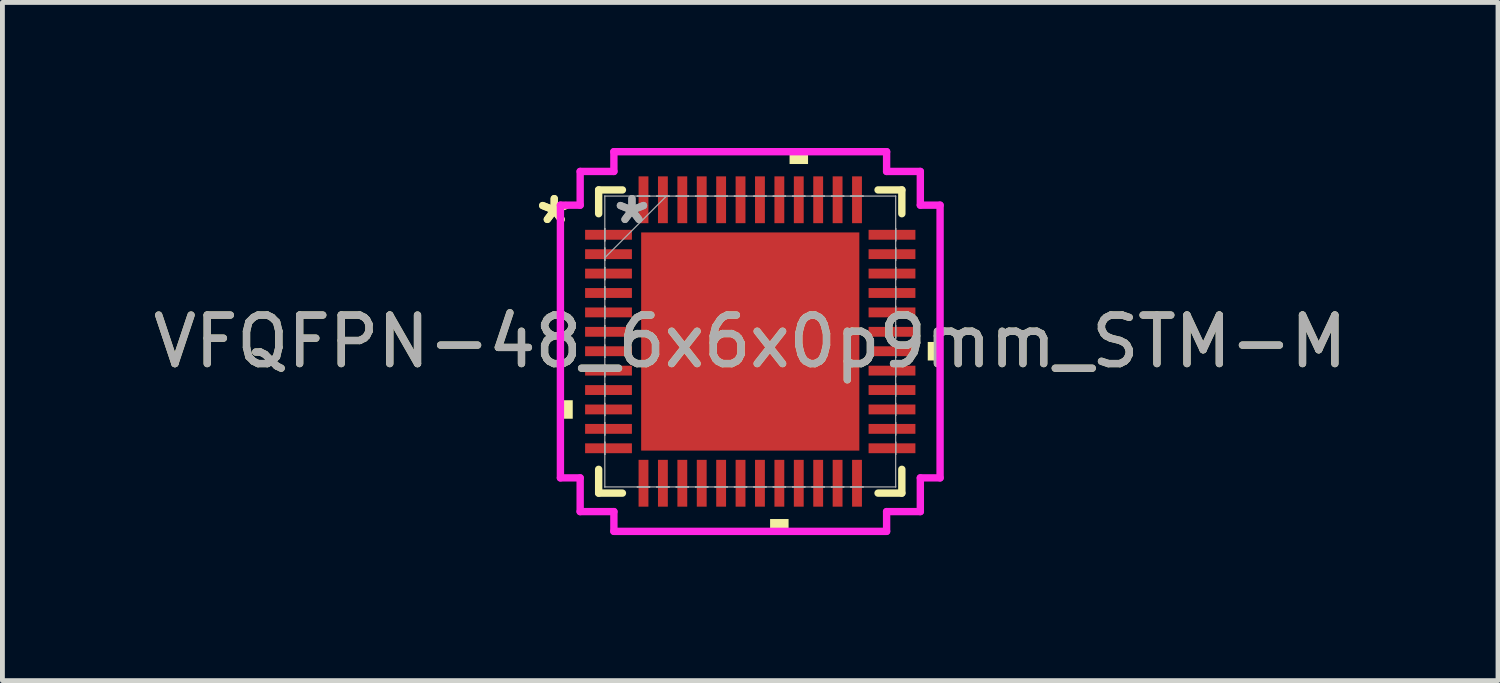
<source format=kicad_pcb>
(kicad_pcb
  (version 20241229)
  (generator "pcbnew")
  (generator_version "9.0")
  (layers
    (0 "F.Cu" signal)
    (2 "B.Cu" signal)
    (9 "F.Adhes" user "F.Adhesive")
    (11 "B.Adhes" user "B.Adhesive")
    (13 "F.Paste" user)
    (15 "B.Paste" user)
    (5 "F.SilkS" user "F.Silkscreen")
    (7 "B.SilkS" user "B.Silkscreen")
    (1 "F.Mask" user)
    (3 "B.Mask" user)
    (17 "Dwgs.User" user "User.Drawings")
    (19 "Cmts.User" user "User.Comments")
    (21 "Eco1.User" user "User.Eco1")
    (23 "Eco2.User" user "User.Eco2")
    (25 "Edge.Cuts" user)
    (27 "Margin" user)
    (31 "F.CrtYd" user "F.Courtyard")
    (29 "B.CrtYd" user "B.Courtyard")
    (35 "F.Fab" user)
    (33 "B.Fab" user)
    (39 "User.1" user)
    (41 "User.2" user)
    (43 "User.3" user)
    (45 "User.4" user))
  (footprint "VFQFPN-48_6x6x0p9mm_STM-M"
    (layer "F.Cu")
    (at 12.411 3.988)
    (property "Reference" "VFQFPN-48_6x6x0p9mm_STM-M" (at 0 0 0) (unlocked yes) (layer "F.SilkS") (effects (font (size 1 1) (thickness 0.15))))
    (attr smd)
    (fp_line (start -3.124 -3.124) (end -3.124 -2.634) (stroke (width 0.152) (type solid)) (layer "F.SilkS"))
    (fp_line (start -3.124 2.634) (end -3.124 3.124) (stroke (width 0.152) (type solid)) (layer "F.SilkS"))
    (fp_line (start -3.124 3.124) (end -2.634 3.124) (stroke (width 0.152) (type solid)) (layer "F.SilkS"))
    (fp_line (start -2.634 -3.124) (end -3.124 -3.124) (stroke (width 0.152) (type solid)) (layer "F.SilkS"))
    (fp_line (start 2.634 3.124) (end 3.124 3.124) (stroke (width 0.152) (type solid)) (layer "F.SilkS"))
    (fp_line (start 3.124 -3.124) (end 2.634 -3.124) (stroke (width 0.152) (type solid)) (layer "F.SilkS"))
    (fp_line (start 3.124 -2.634) (end 3.124 -3.124) (stroke (width 0.152) (type solid)) (layer "F.SilkS"))
    (fp_line (start 3.124 3.124) (end 3.124 2.634) (stroke (width 0.152) (type solid)) (layer "F.SilkS"))
    (fp_poly (pts (xy -3.912 1.21) (xy -3.912 1.591) (xy -3.658 1.591) (xy -3.658 1.21)) (stroke (width 0) (type solid)) (fill yes) (layer "F.SilkS"))
    (fp_poly (pts (xy 0.409 3.658) (xy 0.409 3.912) (xy 0.79 3.912) (xy 0.79 3.658)) (stroke (width 0) (type solid)) (fill yes) (layer "F.SilkS"))
    (fp_poly (pts (xy 0.81 -3.658) (xy 0.81 -3.912) (xy 1.191 -3.912) (xy 1.191 -3.658)) (stroke (width 0) (type solid)) (fill yes) (layer "F.SilkS"))
    (fp_poly (pts (xy 3.912 0.009) (xy 3.912 0.391) (xy 3.658 0.391) (xy 3.658 0.009)) (stroke (width 0) (type solid)) (fill yes) (layer "F.SilkS"))
    (fp_poly (pts (xy -2.148 -2.148) (xy -2.148 -0.849) (xy -0.849 -0.849) (xy -0.849 -2.148)) (stroke (width 0) (type solid)) (fill yes) (layer "F.Paste"))
    (fp_poly (pts (xy -2.148 -0.649) (xy -2.148 0.649) (xy -0.849 0.649) (xy -0.849 -0.649)) (stroke (width 0) (type solid)) (fill yes) (layer "F.Paste"))
    (fp_poly (pts (xy -2.148 0.849) (xy -2.148 2.148) (xy -0.849 2.148) (xy -0.849 0.849)) (stroke (width 0) (type solid)) (fill yes) (layer "F.Paste"))
    (fp_poly (pts (xy -0.649 -2.148) (xy -0.649 -0.849) (xy 0.649 -0.849) (xy 0.649 -2.148)) (stroke (width 0) (type solid)) (fill yes) (layer "F.Paste"))
    (fp_poly (pts (xy -0.649 -0.649) (xy -0.649 0.649) (xy 0.649 0.649) (xy 0.649 -0.649)) (stroke (width 0) (type solid)) (fill yes) (layer "F.Paste"))
    (fp_poly (pts (xy -0.649 0.849) (xy -0.649 2.148) (xy 0.649 2.148) (xy 0.649 0.849)) (stroke (width 0) (type solid)) (fill yes) (layer "F.Paste"))
    (fp_poly (pts (xy 0.849 -2.148) (xy 0.849 -0.849) (xy 2.148 -0.849) (xy 2.148 -2.148)) (stroke (width 0) (type solid)) (fill yes) (layer "F.Paste"))
    (fp_poly (pts (xy 0.849 -0.649) (xy 0.849 0.649) (xy 2.148 0.649) (xy 2.148 -0.649)) (stroke (width 0) (type solid)) (fill yes) (layer "F.Paste"))
    (fp_poly (pts (xy 0.849 0.849) (xy 0.849 2.148) (xy 2.148 2.148) (xy 2.148 0.849)) (stroke (width 0) (type solid)) (fill yes) (layer "F.Paste"))
    (fp_line (start -3.912 -2.81) (end -3.505 -2.81) (stroke (width 0.152) (type solid)) (layer "F.CrtYd"))
    (fp_line (start -3.912 2.81) (end -3.912 -2.81) (stroke (width 0.152) (type solid)) (layer "F.CrtYd"))
    (fp_line (start -3.505 -3.505) (end -2.81 -3.505) (stroke (width 0.152) (type solid)) (layer "F.CrtYd"))
    (fp_line (start -3.505 -2.81) (end -3.505 -3.505) (stroke (width 0.152) (type solid)) (layer "F.CrtYd"))
    (fp_line (start -3.505 2.81) (end -3.912 2.81) (stroke (width 0.152) (type solid)) (layer "F.CrtYd"))
    (fp_line (start -3.505 3.505) (end -3.505 2.81) (stroke (width 0.152) (type solid)) (layer "F.CrtYd"))
    (fp_line (start -2.81 -3.912) (end 2.81 -3.912) (stroke (width 0.152) (type solid)) (layer "F.CrtYd"))
    (fp_line (start -2.81 -3.505) (end -2.81 -3.912) (stroke (width 0.152) (type solid)) (layer "F.CrtYd"))
    (fp_line (start -2.81 3.505) (end -3.505 3.505) (stroke (width 0.152) (type solid)) (layer "F.CrtYd"))
    (fp_line (start -2.81 3.912) (end -2.81 3.505) (stroke (width 0.152) (type solid)) (layer "F.CrtYd"))
    (fp_line (start 2.81 -3.912) (end 2.81 -3.505) (stroke (width 0.152) (type solid)) (layer "F.CrtYd"))
    (fp_line (start 2.81 -3.505) (end 3.505 -3.505) (stroke (width 0.152) (type solid)) (layer "F.CrtYd"))
    (fp_line (start 2.81 3.505) (end 2.81 3.912) (stroke (width 0.152) (type solid)) (layer "F.CrtYd"))
    (fp_line (start 2.81 3.912) (end -2.81 3.912) (stroke (width 0.152) (type solid)) (layer "F.CrtYd"))
    (fp_line (start 3.505 -3.505) (end 3.505 -2.81) (stroke (width 0.152) (type solid)) (layer "F.CrtYd"))
    (fp_line (start 3.505 -2.81) (end 3.912 -2.81) (stroke (width 0.152) (type solid)) (layer "F.CrtYd"))
    (fp_line (start 3.505 2.81) (end 3.505 3.505) (stroke (width 0.152) (type solid)) (layer "F.CrtYd"))
    (fp_line (start 3.505 3.505) (end 2.81 3.505) (stroke (width 0.152) (type solid)) (layer "F.CrtYd"))
    (fp_line (start 3.912 -2.81) (end 3.912 2.81) (stroke (width 0.152) (type solid)) (layer "F.CrtYd"))
    (fp_line (start 3.912 2.81) (end 3.505 2.81) (stroke (width 0.152) (type solid)) (layer "F.CrtYd"))
    (fp_line (start -2.997 -2.997) (end -2.997 -2.997) (stroke (width 0.025) (type solid)) (layer "F.Fab"))
    (fp_line (start -2.997 -2.997) (end -2.997 2.997) (stroke (width 0.025) (type solid)) (layer "F.Fab"))
    (fp_line (start -2.997 -2.327) (end -2.997 -2.327) (stroke (width 0.025) (type solid)) (layer "F.Fab"))
    (fp_line (start -2.997 -2.327) (end -2.997 -2.073) (stroke (width 0.025) (type solid)) (layer "F.Fab"))
    (fp_line (start -2.997 -2.073) (end -2.997 -2.327) (stroke (width 0.025) (type solid)) (layer "F.Fab"))
    (fp_line (start -2.997 -2.073) (end -2.997 -2.073) (stroke (width 0.025) (type solid)) (layer "F.Fab"))
    (fp_line (start -2.997 -1.927) (end -2.997 -1.927) (stroke (width 0.025) (type solid)) (layer "F.Fab"))
    (fp_line (start -2.997 -1.927) (end -2.997 -1.673) (stroke (width 0.025) (type solid)) (layer "F.Fab"))
    (fp_line (start -2.997 -1.727) (end -1.727 -2.997) (stroke (width 0.025) (type solid)) (layer "F.Fab"))
    (fp_line (start -2.997 -1.673) (end -2.997 -1.927) (stroke (width 0.025) (type solid)) (layer "F.Fab"))
    (fp_line (start -2.997 -1.673) (end -2.997 -1.673) (stroke (width 0.025) (type solid)) (layer "F.Fab"))
    (fp_line (start -2.997 -1.527) (end -2.997 -1.527) (stroke (width 0.025) (type solid)) (layer "F.Fab"))
    (fp_line (start -2.997 -1.527) (end -2.997 -1.273) (stroke (width 0.025) (type solid)) (layer "F.Fab"))
    (fp_line (start -2.997 -1.273) (end -2.997 -1.527) (stroke (width 0.025) (type solid)) (layer "F.Fab"))
    (fp_line (start -2.997 -1.273) (end -2.997 -1.273) (stroke (width 0.025) (type solid)) (layer "F.Fab"))
    (fp_line (start -2.997 -1.127) (end -2.997 -1.127) (stroke (width 0.025) (type solid)) (layer "F.Fab"))
    (fp_line (start -2.997 -1.127) (end -2.997 -0.873) (stroke (width 0.025) (type solid)) (layer "F.Fab"))
    (fp_line (start -2.997 -0.873) (end -2.997 -1.127) (stroke (width 0.025) (type solid)) (layer "F.Fab"))
    (fp_line (start -2.997 -0.873) (end -2.997 -0.873) (stroke (width 0.025) (type solid)) (layer "F.Fab"))
    (fp_line (start -2.997 -0.727) (end -2.997 -0.727) (stroke (width 0.025) (type solid)) (layer "F.Fab"))
    (fp_line (start -2.997 -0.727) (end -2.997 -0.473) (stroke (width 0.025) (type solid)) (layer "F.Fab"))
    (fp_line (start -2.997 -0.473) (end -2.997 -0.727) (stroke (width 0.025) (type solid)) (layer "F.Fab"))
    (fp_line (start -2.997 -0.473) (end -2.997 -0.473) (stroke (width 0.025) (type solid)) (layer "F.Fab"))
    (fp_line (start -2.997 -0.327) (end -2.997 -0.327) (stroke (width 0.025) (type solid)) (layer "F.Fab"))
    (fp_line (start -2.997 -0.327) (end -2.997 -0.073) (stroke (width 0.025) (type solid)) (layer "F.Fab"))
    (fp_line (start -2.997 -0.073) (end -2.997 -0.327) (stroke (width 0.025) (type solid)) (layer "F.Fab"))
    (fp_line (start -2.997 -0.073) (end -2.997 -0.073) (stroke (width 0.025) (type solid)) (layer "F.Fab"))
    (fp_line (start -2.997 0.073) (end -2.997 0.073) (stroke (width 0.025) (type solid)) (layer "F.Fab"))
    (fp_line (start -2.997 0.073) (end -2.997 0.327) (stroke (width 0.025) (type solid)) (layer "F.Fab"))
    (fp_line (start -2.997 0.327) (end -2.997 0.073) (stroke (width 0.025) (type solid)) (layer "F.Fab"))
    (fp_line (start -2.997 0.327) (end -2.997 0.327) (stroke (width 0.025) (type solid)) (layer "F.Fab"))
    (fp_line (start -2.997 0.473) (end -2.997 0.473) (stroke (width 0.025) (type solid)) (layer "F.Fab"))
    (fp_line (start -2.997 0.473) (end -2.997 0.727) (stroke (width 0.025) (type solid)) (layer "F.Fab"))
    (fp_line (start -2.997 0.727) (end -2.997 0.473) (stroke (width 0.025) (type solid)) (layer "F.Fab"))
    (fp_line (start -2.997 0.727) (end -2.997 0.727) (stroke (width 0.025) (type solid)) (layer "F.Fab"))
    (fp_line (start -2.997 0.873) (end -2.997 0.873) (stroke (width 0.025) (type solid)) (layer "F.Fab"))
    (fp_line (start -2.997 0.873) (end -2.997 1.127) (stroke (width 0.025) (type solid)) (layer "F.Fab"))
    (fp_line (start -2.997 1.127) (end -2.997 0.873) (stroke (width 0.025) (type solid)) (layer "F.Fab"))
    (fp_line (start -2.997 1.127) (end -2.997 1.127) (stroke (width 0.025) (type solid)) (layer "F.Fab"))
    (fp_line (start -2.997 1.273) (end -2.997 1.273) (stroke (width 0.025) (type solid)) (layer "F.Fab"))
    (fp_line (start -2.997 1.273) (end -2.997 1.527) (stroke (width 0.025) (type solid)) (layer "F.Fab"))
    (fp_line (start -2.997 1.527) (end -2.997 1.273) (stroke (width 0.025) (type solid)) (layer "F.Fab"))
    (fp_line (start -2.997 1.527) (end -2.997 1.527) (stroke (width 0.025) (type solid)) (layer "F.Fab"))
    (fp_line (start -2.997 1.673) (end -2.997 1.673) (stroke (width 0.025) (type solid)) (layer "F.Fab"))
    (fp_line (start -2.997 1.673) (end -2.997 1.927) (stroke (width 0.025) (type solid)) (layer "F.Fab"))
    (fp_line (start -2.997 1.927) (end -2.997 1.673) (stroke (width 0.025) (type solid)) (layer "F.Fab"))
    (fp_line (start -2.997 1.927) (end -2.997 1.927) (stroke (width 0.025) (type solid)) (layer "F.Fab"))
    (fp_line (start -2.997 2.073) (end -2.997 2.073) (stroke (width 0.025) (type solid)) (layer "F.Fab"))
    (fp_line (start -2.997 2.073) (end -2.997 2.327) (stroke (width 0.025) (type solid)) (layer "F.Fab"))
    (fp_line (start -2.997 2.327) (end -2.997 2.073) (stroke (width 0.025) (type solid)) (layer "F.Fab"))
    (fp_line (start -2.997 2.327) (end -2.997 2.327) (stroke (width 0.025) (type solid)) (layer "F.Fab"))
    (fp_line (start -2.997 2.997) (end -2.997 2.997) (stroke (width 0.025) (type solid)) (layer "F.Fab"))
    (fp_line (start -2.997 2.997) (end 2.997 2.997) (stroke (width 0.025) (type solid)) (layer "F.Fab"))
    (fp_line (start -2.327 -2.997) (end -2.327 -2.997) (stroke (width 0.025) (type solid)) (layer "F.Fab"))
    (fp_line (start -2.327 -2.997) (end -2.073 -2.997) (stroke (width 0.025) (type solid)) (layer "F.Fab"))
    (fp_line (start -2.327 2.997) (end -2.327 2.997) (stroke (width 0.025) (type solid)) (layer "F.Fab"))
    (fp_line (start -2.327 2.997) (end -2.073 2.997) (stroke (width 0.025) (type solid)) (layer "F.Fab"))
    (fp_line (start -2.073 -2.997) (end -2.327 -2.997) (stroke (width 0.025) (type solid)) (layer "F.Fab"))
    (fp_line (start -2.073 -2.997) (end -2.073 -2.997) (stroke (width 0.025) (type solid)) (layer "F.Fab"))
    (fp_line (start -2.073 2.997) (end -2.327 2.997) (stroke (width 0.025) (type solid)) (layer "F.Fab"))
    (fp_line (start -2.073 2.997) (end -2.073 2.997) (stroke (width 0.025) (type solid)) (layer "F.Fab"))
    (fp_line (start -1.927 -2.997) (end -1.927 -2.997) (stroke (width 0.025) (type solid)) (layer "F.Fab"))
    (fp_line (start -1.927 -2.997) (end -1.673 -2.997) (stroke (width 0.025) (type solid)) (layer "F.Fab"))
    (fp_line (start -1.927 2.997) (end -1.927 2.997) (stroke (width 0.025) (type solid)) (layer "F.Fab"))
    (fp_line (start -1.927 2.997) (end -1.673 2.997) (stroke (width 0.025) (type solid)) (layer "F.Fab"))
    (fp_line (start -1.673 -2.997) (end -1.927 -2.997) (stroke (width 0.025) (type solid)) (layer "F.Fab"))
    (fp_line (start -1.673 -2.997) (end -1.673 -2.997) (stroke (width 0.025) (type solid)) (layer "F.Fab"))
    (fp_line (start -1.673 2.997) (end -1.927 2.997) (stroke (width 0.025) (type solid)) (layer "F.Fab"))
    (fp_line (start -1.673 2.997) (end -1.673 2.997) (stroke (width 0.025) (type solid)) (layer "F.Fab"))
    (fp_line (start -1.527 -2.997) (end -1.527 -2.997) (stroke (width 0.025) (type solid)) (layer "F.Fab"))
    (fp_line (start -1.527 -2.997) (end -1.273 -2.997) (stroke (width 0.025) (type solid)) (layer "F.Fab"))
    (fp_line (start -1.527 2.997) (end -1.527 2.997) (stroke (width 0.025) (type solid)) (layer "F.Fab"))
    (fp_line (start -1.527 2.997) (end -1.273 2.997) (stroke (width 0.025) (type solid)) (layer "F.Fab"))
    (fp_line (start -1.273 -2.997) (end -1.527 -2.997) (stroke (width 0.025) (type solid)) (layer "F.Fab"))
    (fp_line (start -1.273 -2.997) (end -1.273 -2.997) (stroke (width 0.025) (type solid)) (layer "F.Fab"))
    (fp_line (start -1.273 2.997) (end -1.527 2.997) (stroke (width 0.025) (type solid)) (layer "F.Fab"))
    (fp_line (start -1.273 2.997) (end -1.273 2.997) (stroke (width 0.025) (type solid)) (layer "F.Fab"))
    (fp_line (start -1.127 -2.997) (end -1.127 -2.997) (stroke (width 0.025) (type solid)) (layer "F.Fab"))
    (fp_line (start -1.127 -2.997) (end -0.873 -2.997) (stroke (width 0.025) (type solid)) (layer "F.Fab"))
    (fp_line (start -1.127 2.997) (end -1.127 2.997) (stroke (width 0.025) (type solid)) (layer "F.Fab"))
    (fp_line (start -1.127 2.997) (end -0.873 2.997) (stroke (width 0.025) (type solid)) (layer "F.Fab"))
    (fp_line (start -0.873 -2.997) (end -1.127 -2.997) (stroke (width 0.025) (type solid)) (layer "F.Fab"))
    (fp_line (start -0.873 -2.997) (end -0.873 -2.997) (stroke (width 0.025) (type solid)) (layer "F.Fab"))
    (fp_line (start -0.873 2.997) (end -1.127 2.997) (stroke (width 0.025) (type solid)) (layer "F.Fab"))
    (fp_line (start -0.873 2.997) (end -0.873 2.997) (stroke (width 0.025) (type solid)) (layer "F.Fab"))
    (fp_line (start -0.727 -2.997) (end -0.727 -2.997) (stroke (width 0.025) (type solid)) (layer "F.Fab"))
    (fp_line (start -0.727 -2.997) (end -0.473 -2.997) (stroke (width 0.025) (type solid)) (layer "F.Fab"))
    (fp_line (start -0.727 2.997) (end -0.727 2.997) (stroke (width 0.025) (type solid)) (layer "F.Fab"))
    (fp_line (start -0.727 2.997) (end -0.473 2.997) (stroke (width 0.025) (type solid)) (layer "F.Fab"))
    (fp_line (start -0.473 -2.997) (end -0.727 -2.997) (stroke (width 0.025) (type solid)) (layer "F.Fab"))
    (fp_line (start -0.473 -2.997) (end -0.473 -2.997) (stroke (width 0.025) (type solid)) (layer "F.Fab"))
    (fp_line (start -0.473 2.997) (end -0.727 2.997) (stroke (width 0.025) (type solid)) (layer "F.Fab"))
    (fp_line (start -0.473 2.997) (end -0.473 2.997) (stroke (width 0.025) (type solid)) (layer "F.Fab"))
    (fp_line (start -0.327 -2.997) (end -0.327 -2.997) (stroke (width 0.025) (type solid)) (layer "F.Fab"))
    (fp_line (start -0.327 -2.997) (end -0.073 -2.997) (stroke (width 0.025) (type solid)) (layer "F.Fab"))
    (fp_line (start -0.327 2.997) (end -0.327 2.997) (stroke (width 0.025) (type solid)) (layer "F.Fab"))
    (fp_line (start -0.327 2.997) (end -0.073 2.997) (stroke (width 0.025) (type solid)) (layer "F.Fab"))
    (fp_line (start -0.073 -2.997) (end -0.327 -2.997) (stroke (width 0.025) (type solid)) (layer "F.Fab"))
    (fp_line (start -0.073 -2.997) (end -0.073 -2.997) (stroke (width 0.025) (type solid)) (layer "F.Fab"))
    (fp_line (start -0.073 2.997) (end -0.327 2.997) (stroke (width 0.025) (type solid)) (layer "F.Fab"))
    (fp_line (start -0.073 2.997) (end -0.073 2.997) (stroke (width 0.025) (type solid)) (layer "F.Fab"))
    (fp_line (start 0.073 -2.997) (end 0.073 -2.997) (stroke (width 0.025) (type solid)) (layer "F.Fab"))
    (fp_line (start 0.073 -2.997) (end 0.327 -2.997) (stroke (width 0.025) (type solid)) (layer "F.Fab"))
    (fp_line (start 0.073 2.997) (end 0.073 2.997) (stroke (width 0.025) (type solid)) (layer "F.Fab"))
    (fp_line (start 0.073 2.997) (end 0.327 2.997) (stroke (width 0.025) (type solid)) (layer "F.Fab"))
    (fp_line (start 0.327 -2.997) (end 0.073 -2.997) (stroke (width 0.025) (type solid)) (layer "F.Fab"))
    (fp_line (start 0.327 -2.997) (end 0.327 -2.997) (stroke (width 0.025) (type solid)) (layer "F.Fab"))
    (fp_line (start 0.327 2.997) (end 0.073 2.997) (stroke (width 0.025) (type solid)) (layer "F.Fab"))
    (fp_line (start 0.327 2.997) (end 0.327 2.997) (stroke (width 0.025) (type solid)) (layer "F.Fab"))
    (fp_line (start 0.473 -2.997) (end 0.473 -2.997) (stroke (width 0.025) (type solid)) (layer "F.Fab"))
    (fp_line (start 0.473 -2.997) (end 0.727 -2.997) (stroke (width 0.025) (type solid)) (layer "F.Fab"))
    (fp_line (start 0.473 2.997) (end 0.473 2.997) (stroke (width 0.025) (type solid)) (layer "F.Fab"))
    (fp_line (start 0.473 2.997) (end 0.727 2.997) (stroke (width 0.025) (type solid)) (layer "F.Fab"))
    (fp_line (start 0.727 -2.997) (end 0.473 -2.997) (stroke (width 0.025) (type solid)) (layer "F.Fab"))
    (fp_line (start 0.727 -2.997) (end 0.727 -2.997) (stroke (width 0.025) (type solid)) (layer "F.Fab"))
    (fp_line (start 0.727 2.997) (end 0.473 2.997) (stroke (width 0.025) (type solid)) (layer "F.Fab"))
    (fp_line (start 0.727 2.997) (end 0.727 2.997) (stroke (width 0.025) (type solid)) (layer "F.Fab"))
    (fp_line (start 0.873 -2.997) (end 0.873 -2.997) (stroke (width 0.025) (type solid)) (layer "F.Fab"))
    (fp_line (start 0.873 -2.997) (end 1.127 -2.997) (stroke (width 0.025) (type solid)) (layer "F.Fab"))
    (fp_line (start 0.873 2.997) (end 0.873 2.997) (stroke (width 0.025) (type solid)) (layer "F.Fab"))
    (fp_line (start 0.873 2.997) (end 1.127 2.997) (stroke (width 0.025) (type solid)) (layer "F.Fab"))
    (fp_line (start 1.127 -2.997) (end 0.873 -2.997) (stroke (width 0.025) (type solid)) (layer "F.Fab"))
    (fp_line (start 1.127 -2.997) (end 1.127 -2.997) (stroke (width 0.025) (type solid)) (layer "F.Fab"))
    (fp_line (start 1.127 2.997) (end 0.873 2.997) (stroke (width 0.025) (type solid)) (layer "F.Fab"))
    (fp_line (start 1.127 2.997) (end 1.127 2.997) (stroke (width 0.025) (type solid)) (layer "F.Fab"))
    (fp_line (start 1.273 -2.997) (end 1.273 -2.997) (stroke (width 0.025) (type solid)) (layer "F.Fab"))
    (fp_line (start 1.273 -2.997) (end 1.527 -2.997) (stroke (width 0.025) (type solid)) (layer "F.Fab"))
    (fp_line (start 1.273 2.997) (end 1.273 2.997) (stroke (width 0.025) (type solid)) (layer "F.Fab"))
    (fp_line (start 1.273 2.997) (end 1.527 2.997) (stroke (width 0.025) (type solid)) (layer "F.Fab"))
    (fp_line (start 1.527 -2.997) (end 1.273 -2.997) (stroke (width 0.025) (type solid)) (layer "F.Fab"))
    (fp_line (start 1.527 -2.997) (end 1.527 -2.997) (stroke (width 0.025) (type solid)) (layer "F.Fab"))
    (fp_line (start 1.527 2.997) (end 1.273 2.997) (stroke (width 0.025) (type solid)) (layer "F.Fab"))
    (fp_line (start 1.527 2.997) (end 1.527 2.997) (stroke (width 0.025) (type solid)) (layer "F.Fab"))
    (fp_line (start 1.673 -2.997) (end 1.673 -2.997) (stroke (width 0.025) (type solid)) (layer "F.Fab"))
    (fp_line (start 1.673 -2.997) (end 1.927 -2.997) (stroke (width 0.025) (type solid)) (layer "F.Fab"))
    (fp_line (start 1.673 2.997) (end 1.673 2.997) (stroke (width 0.025) (type solid)) (layer "F.Fab"))
    (fp_line (start 1.673 2.997) (end 1.927 2.997) (stroke (width 0.025) (type solid)) (layer "F.Fab"))
    (fp_line (start 1.927 -2.997) (end 1.673 -2.997) (stroke (width 0.025) (type solid)) (layer "F.Fab"))
    (fp_line (start 1.927 -2.997) (end 1.927 -2.997) (stroke (width 0.025) (type solid)) (layer "F.Fab"))
    (fp_line (start 1.927 2.997) (end 1.673 2.997) (stroke (width 0.025) (type solid)) (layer "F.Fab"))
    (fp_line (start 1.927 2.997) (end 1.927 2.997) (stroke (width 0.025) (type solid)) (layer "F.Fab"))
    (fp_line (start 2.073 -2.997) (end 2.073 -2.997) (stroke (width 0.025) (type solid)) (layer "F.Fab"))
    (fp_line (start 2.073 -2.997) (end 2.327 -2.997) (stroke (width 0.025) (type solid)) (layer "F.Fab"))
    (fp_line (start 2.073 2.997) (end 2.073 2.997) (stroke (width 0.025) (type solid)) (layer "F.Fab"))
    (fp_line (start 2.073 2.997) (end 2.327 2.997) (stroke (width 0.025) (type solid)) (layer "F.Fab"))
    (fp_line (start 2.327 -2.997) (end 2.073 -2.997) (stroke (width 0.025) (type solid)) (layer "F.Fab"))
    (fp_line (start 2.327 -2.997) (end 2.327 -2.997) (stroke (width 0.025) (type solid)) (layer "F.Fab"))
    (fp_line (start 2.327 2.997) (end 2.073 2.997) (stroke (width 0.025) (type solid)) (layer "F.Fab"))
    (fp_line (start 2.327 2.997) (end 2.327 2.997) (stroke (width 0.025) (type solid)) (layer "F.Fab"))
    (fp_line (start 2.997 -2.997) (end -2.997 -2.997) (stroke (width 0.025) (type solid)) (layer "F.Fab"))
    (fp_line (start 2.997 -2.997) (end 2.997 -2.997) (stroke (width 0.025) (type solid)) (layer "F.Fab"))
    (fp_line (start 2.997 -2.327) (end 2.997 -2.327) (stroke (width 0.025) (type solid)) (layer "F.Fab"))
    (fp_line (start 2.997 -2.327) (end 2.997 -2.073) (stroke (width 0.025) (type solid)) (layer "F.Fab"))
    (fp_line (start 2.997 -2.073) (end 2.997 -2.327) (stroke (width 0.025) (type solid)) (layer "F.Fab"))
    (fp_line (start 2.997 -2.073) (end 2.997 -2.073) (stroke (width 0.025) (type solid)) (layer "F.Fab"))
    (fp_line (start 2.997 -1.927) (end 2.997 -1.927) (stroke (width 0.025) (type solid)) (layer "F.Fab"))
    (fp_line (start 2.997 -1.927) (end 2.997 -1.673) (stroke (width 0.025) (type solid)) (layer "F.Fab"))
    (fp_line (start 2.997 -1.673) (end 2.997 -1.927) (stroke (width 0.025) (type solid)) (layer "F.Fab"))
    (fp_line (start 2.997 -1.673) (end 2.997 -1.673) (stroke (width 0.025) (type solid)) (layer "F.Fab"))
    (fp_line (start 2.997 -1.527) (end 2.997 -1.527) (stroke (width 0.025) (type solid)) (layer "F.Fab"))
    (fp_line (start 2.997 -1.527) (end 2.997 -1.273) (stroke (width 0.025) (type solid)) (layer "F.Fab"))
    (fp_line (start 2.997 -1.273) (end 2.997 -1.527) (stroke (width 0.025) (type solid)) (layer "F.Fab"))
    (fp_line (start 2.997 -1.273) (end 2.997 -1.273) (stroke (width 0.025) (type solid)) (layer "F.Fab"))
    (fp_line (start 2.997 -1.127) (end 2.997 -1.127) (stroke (width 0.025) (type solid)) (layer "F.Fab"))
    (fp_line (start 2.997 -1.127) (end 2.997 -0.873) (stroke (width 0.025) (type solid)) (layer "F.Fab"))
    (fp_line (start 2.997 -0.873) (end 2.997 -1.127) (stroke (width 0.025) (type solid)) (layer "F.Fab"))
    (fp_line (start 2.997 -0.873) (end 2.997 -0.873) (stroke (width 0.025) (type solid)) (layer "F.Fab"))
    (fp_line (start 2.997 -0.727) (end 2.997 -0.727) (stroke (width 0.025) (type solid)) (layer "F.Fab"))
    (fp_line (start 2.997 -0.727) (end 2.997 -0.473) (stroke (width 0.025) (type solid)) (layer "F.Fab"))
    (fp_line (start 2.997 -0.473) (end 2.997 -0.727) (stroke (width 0.025) (type solid)) (layer "F.Fab"))
    (fp_line (start 2.997 -0.473) (end 2.997 -0.473) (stroke (width 0.025) (type solid)) (layer "F.Fab"))
    (fp_line (start 2.997 -0.327) (end 2.997 -0.327) (stroke (width 0.025) (type solid)) (layer "F.Fab"))
    (fp_line (start 2.997 -0.327) (end 2.997 -0.073) (stroke (width 0.025) (type solid)) (layer "F.Fab"))
    (fp_line (start 2.997 -0.073) (end 2.997 -0.327) (stroke (width 0.025) (type solid)) (layer "F.Fab"))
    (fp_line (start 2.997 -0.073) (end 2.997 -0.073) (stroke (width 0.025) (type solid)) (layer "F.Fab"))
    (fp_line (start 2.997 0.073) (end 2.997 0.073) (stroke (width 0.025) (type solid)) (layer "F.Fab"))
    (fp_line (start 2.997 0.073) (end 2.997 0.327) (stroke (width 0.025) (type solid)) (layer "F.Fab"))
    (fp_line (start 2.997 0.327) (end 2.997 0.073) (stroke (width 0.025) (type solid)) (layer "F.Fab"))
    (fp_line (start 2.997 0.327) (end 2.997 0.327) (stroke (width 0.025) (type solid)) (layer "F.Fab"))
    (fp_line (start 2.997 0.473) (end 2.997 0.473) (stroke (width 0.025) (type solid)) (layer "F.Fab"))
    (fp_line (start 2.997 0.473) (end 2.997 0.727) (stroke (width 0.025) (type solid)) (layer "F.Fab"))
    (fp_line (start 2.997 0.727) (end 2.997 0.473) (stroke (width 0.025) (type solid)) (layer "F.Fab"))
    (fp_line (start 2.997 0.727) (end 2.997 0.727) (stroke (width 0.025) (type solid)) (layer "F.Fab"))
    (fp_line (start 2.997 0.873) (end 2.997 0.873) (stroke (width 0.025) (type solid)) (layer "F.Fab"))
    (fp_line (start 2.997 0.873) (end 2.997 1.127) (stroke (width 0.025) (type solid)) (layer "F.Fab"))
    (fp_line (start 2.997 1.127) (end 2.997 0.873) (stroke (width 0.025) (type solid)) (layer "F.Fab"))
    (fp_line (start 2.997 1.127) (end 2.997 1.127) (stroke (width 0.025) (type solid)) (layer "F.Fab"))
    (fp_line (start 2.997 1.273) (end 2.997 1.273) (stroke (width 0.025) (type solid)) (layer "F.Fab"))
    (fp_line (start 2.997 1.273) (end 2.997 1.527) (stroke (width 0.025) (type solid)) (layer "F.Fab"))
    (fp_line (start 2.997 1.527) (end 2.997 1.273) (stroke (width 0.025) (type solid)) (layer "F.Fab"))
    (fp_line (start 2.997 1.527) (end 2.997 1.527) (stroke (width 0.025) (type solid)) (layer "F.Fab"))
    (fp_line (start 2.997 1.673) (end 2.997 1.673) (stroke (width 0.025) (type solid)) (layer "F.Fab"))
    (fp_line (start 2.997 1.673) (end 2.997 1.927) (stroke (width 0.025) (type solid)) (layer "F.Fab"))
    (fp_line (start 2.997 1.927) (end 2.997 1.673) (stroke (width 0.025) (type solid)) (layer "F.Fab"))
    (fp_line (start 2.997 1.927) (end 2.997 1.927) (stroke (width 0.025) (type solid)) (layer "F.Fab"))
    (fp_line (start 2.997 2.073) (end 2.997 2.073) (stroke (width 0.025) (type solid)) (layer "F.Fab"))
    (fp_line (start 2.997 2.073) (end 2.997 2.327) (stroke (width 0.025) (type solid)) (layer "F.Fab"))
    (fp_line (start 2.997 2.327) (end 2.997 2.073) (stroke (width 0.025) (type solid)) (layer "F.Fab"))
    (fp_line (start 2.997 2.327) (end 2.997 2.327) (stroke (width 0.025) (type solid)) (layer "F.Fab"))
    (fp_line (start 2.997 2.997) (end 2.997 -2.997) (stroke (width 0.025) (type solid)) (layer "F.Fab"))
    (fp_line (start 2.997 2.997) (end 2.997 2.997) (stroke (width 0.025) (type solid)) (layer "F.Fab"))
    (fp_text user "*" (at -4.039 -2.4 0) (layer "F.SilkS") (effects (font (size 1 1) (thickness 0.15))))
    (fp_text user "*" (at -4.039 -2.4 0) (unlocked yes) (layer "F.SilkS") (effects (font (size 1 1) (thickness 0.15))))
    (fp_text user "${REFERENCE}" (at 0 0 0) (unlocked yes) (layer "F.Fab") (effects (font (size 1 1) (thickness 0.15))))
    (fp_text user "*" (at -2.438 -2.4 0) (layer "F.Fab") (effects (font (size 1 1) (thickness 0.15))))
    (fp_text user "*" (at -2.438 -2.4 0) (unlocked yes) (layer "F.Fab") (effects (font (size 1 1) (thickness 0.15))))
    (pad "1" smd rect (at -2.921 -2.2 90) (size 0.203 0.965) (layers "F.Cu" "F.Mask" "F.Paste"))
    (pad "2" smd rect (at -2.921 -1.8 90) (size 0.203 0.965) (layers "F.Cu" "F.Mask" "F.Paste"))
    (pad "3" smd rect (at -2.921 -1.4 90) (size 0.203 0.965) (layers "F.Cu" "F.Mask" "F.Paste"))
    (pad "4" smd rect (at -2.921 -1 90) (size 0.203 0.965) (layers "F.Cu" "F.Mask" "F.Paste"))
    (pad "5" smd rect (at -2.921 -0.6 90) (size 0.203 0.965) (layers "F.Cu" "F.Mask" "F.Paste"))
    (pad "6" smd rect (at -2.921 -0.2 90) (size 0.203 0.965) (layers "F.Cu" "F.Mask" "F.Paste"))
    (pad "7" smd rect (at -2.921 0.2 90) (size 0.203 0.965) (layers "F.Cu" "F.Mask" "F.Paste"))
    (pad "8" smd rect (at -2.921 0.6 90) (size 0.203 0.965) (layers "F.Cu" "F.Mask" "F.Paste"))
    (pad "9" smd rect (at -2.921 1 90) (size 0.203 0.965) (layers "F.Cu" "F.Mask" "F.Paste"))
    (pad "10" smd rect (at -2.921 1.4 90) (size 0.203 0.965) (layers "F.Cu" "F.Mask" "F.Paste"))
    (pad "11" smd rect (at -2.921 1.8 90) (size 0.203 0.965) (layers "F.Cu" "F.Mask" "F.Paste"))
    (pad "12" smd rect (at -2.921 2.2 90) (size 0.203 0.965) (layers "F.Cu" "F.Mask" "F.Paste"))
    (pad "13" smd rect (at -2.2 2.921) (size 0.203 0.965) (layers "F.Cu" "F.Mask" "F.Paste"))
    (pad "14" smd rect (at -1.8 2.921) (size 0.203 0.965) (layers "F.Cu" "F.Mask" "F.Paste"))
    (pad "15" smd rect (at -1.4 2.921) (size 0.203 0.965) (layers "F.Cu" "F.Mask" "F.Paste"))
    (pad "16" smd rect (at -1 2.921) (size 0.203 0.965) (layers "F.Cu" "F.Mask" "F.Paste"))
    (pad "17" smd rect (at -0.6 2.921) (size 0.203 0.965) (layers "F.Cu" "F.Mask" "F.Paste"))
    (pad "18" smd rect (at -0.2 2.921) (size 0.203 0.965) (layers "F.Cu" "F.Mask" "F.Paste"))
    (pad "19" smd rect (at 0.2 2.921) (size 0.203 0.965) (layers "F.Cu" "F.Mask" "F.Paste"))
    (pad "20" smd rect (at 0.6 2.921) (size 0.203 0.965) (layers "F.Cu" "F.Mask" "F.Paste"))
    (pad "21" smd rect (at 1 2.921) (size 0.203 0.965) (layers "F.Cu" "F.Mask" "F.Paste"))
    (pad "22" smd rect (at 1.4 2.921) (size 0.203 0.965) (layers "F.Cu" "F.Mask" "F.Paste"))
    (pad "23" smd rect (at 1.8 2.921) (size 0.203 0.965) (layers "F.Cu" "F.Mask" "F.Paste"))
    (pad "24" smd rect (at 2.2 2.921) (size 0.203 0.965) (layers "F.Cu" "F.Mask" "F.Paste"))
    (pad "25" smd rect (at 2.921 2.2 90) (size 0.203 0.965) (layers "F.Cu" "F.Mask" "F.Paste"))
    (pad "26" smd rect (at 2.921 1.8 90) (size 0.203 0.965) (layers "F.Cu" "F.Mask" "F.Paste"))
    (pad "27" smd rect (at 2.921 1.4 90) (size 0.203 0.965) (layers "F.Cu" "F.Mask" "F.Paste"))
    (pad "28" smd rect (at 2.921 1 90) (size 0.203 0.965) (layers "F.Cu" "F.Mask" "F.Paste"))
    (pad "29" smd rect (at 2.921 0.6 90) (size 0.203 0.965) (layers "F.Cu" "F.Mask" "F.Paste"))
    (pad "30" smd rect (at 2.921 0.2 90) (size 0.203 0.965) (layers "F.Cu" "F.Mask" "F.Paste"))
    (pad "31" smd rect (at 2.921 -0.2 90) (size 0.203 0.965) (layers "F.Cu" "F.Mask" "F.Paste"))
    (pad "32" smd rect (at 2.921 -0.6 90) (size 0.203 0.965) (layers "F.Cu" "F.Mask" "F.Paste"))
    (pad "33" smd rect (at 2.921 -1 90) (size 0.203 0.965) (layers "F.Cu" "F.Mask" "F.Paste"))
    (pad "34" smd rect (at 2.921 -1.4 90) (size 0.203 0.965) (layers "F.Cu" "F.Mask" "F.Paste"))
    (pad "35" smd rect (at 2.921 -1.8 90) (size 0.203 0.965) (layers "F.Cu" "F.Mask" "F.Paste"))
    (pad "36" smd rect (at 2.921 -2.2 90) (size 0.203 0.965) (layers "F.Cu" "F.Mask" "F.Paste"))
    (pad "37" smd rect (at 2.2 -2.921) (size 0.203 0.965) (layers "F.Cu" "F.Mask" "F.Paste"))
    (pad "38" smd rect (at 1.8 -2.921) (size 0.203 0.965) (layers "F.Cu" "F.Mask" "F.Paste"))
    (pad "39" smd rect (at 1.4 -2.921) (size 0.203 0.965) (layers "F.Cu" "F.Mask" "F.Paste"))
    (pad "40" smd rect (at 1 -2.921) (size 0.203 0.965) (layers "F.Cu" "F.Mask" "F.Paste"))
    (pad "41" smd rect (at 0.6 -2.921) (size 0.203 0.965) (layers "F.Cu" "F.Mask" "F.Paste"))
    (pad "42" smd rect (at 0.2 -2.921) (size 0.203 0.965) (layers "F.Cu" "F.Mask" "F.Paste"))
    (pad "43" smd rect (at -0.2 -2.921) (size 0.203 0.965) (layers "F.Cu" "F.Mask" "F.Paste"))
    (pad "44" smd rect (at -0.6 -2.921) (size 0.203 0.965) (layers "F.Cu" "F.Mask" "F.Paste"))
    (pad "45" smd rect (at -1 -2.921) (size 0.203 0.965) (layers "F.Cu" "F.Mask" "F.Paste"))
    (pad "46" smd rect (at -1.4 -2.921) (size 0.203 0.965) (layers "F.Cu" "F.Mask" "F.Paste"))
    (pad "47" smd rect (at -1.8 -2.921) (size 0.203 0.965) (layers "F.Cu" "F.Mask" "F.Paste"))
    (pad "48" smd rect (at -2.2 -2.921) (size 0.203 0.965) (layers "F.Cu" "F.Mask" "F.Paste"))
    (pad "49" smd rect (at 0 0) (size 4.496 4.496) (layers "F.Cu" "F.Mask" "F.Paste")))
  (gr_rect
    (start -3 -3)
    (end 27.821 10.976)
    (stroke (width 0.1) (type default))
    (fill no)
    (layer "Edge.Cuts")))
</source>
